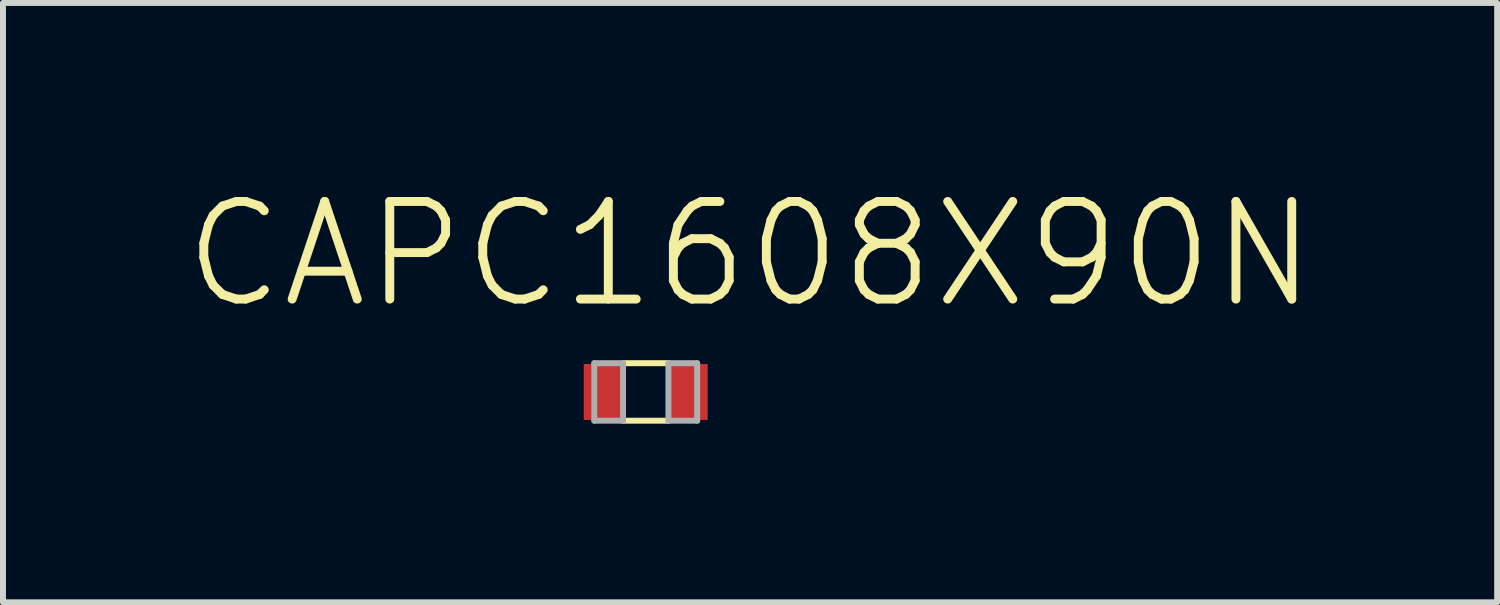
<source format=kicad_pcb>
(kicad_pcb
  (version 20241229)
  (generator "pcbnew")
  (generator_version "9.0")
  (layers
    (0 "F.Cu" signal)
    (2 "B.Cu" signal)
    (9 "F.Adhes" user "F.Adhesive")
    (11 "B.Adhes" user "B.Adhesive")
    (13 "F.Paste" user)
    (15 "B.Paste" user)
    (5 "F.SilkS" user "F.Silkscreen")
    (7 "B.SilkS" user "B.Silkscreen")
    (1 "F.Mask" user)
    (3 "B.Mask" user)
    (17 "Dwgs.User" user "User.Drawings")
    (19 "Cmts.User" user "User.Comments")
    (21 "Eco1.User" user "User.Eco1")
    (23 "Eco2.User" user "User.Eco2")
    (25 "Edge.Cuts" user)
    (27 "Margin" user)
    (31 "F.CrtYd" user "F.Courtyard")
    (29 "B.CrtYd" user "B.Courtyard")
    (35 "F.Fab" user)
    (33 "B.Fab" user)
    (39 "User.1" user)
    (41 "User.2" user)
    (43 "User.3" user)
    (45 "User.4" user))
  (footprint "CAPC1608X90N"
    (layer "F.Cu")
    (at 7.797 3.534)
    (property "Reference" "CAPC1608X90N" (at 1.753 -2.311 0) (layer "F.SilkS") (effects (font (size 1.64 1.64) (thickness 0.15))))
    (attr smd)
    (fp_line (start -0.381 0.483) (end 0.381 0.483) (stroke (width 0.1) (type solid)) (layer "F.SilkS"))
    (fp_line (start 0.381 -0.483) (end -0.381 -0.483) (stroke (width 0.1) (type solid)) (layer "F.SilkS"))
    (fp_line (start -0.864 -0.483) (end -0.864 0.483) (stroke (width 0.1) (type solid)) (layer "F.Fab"))
    (fp_line (start -0.864 0.483) (end -0.381 0.483) (stroke (width 0.1) (type solid)) (layer "F.Fab"))
    (fp_line (start -0.381 -0.483) (end -0.864 -0.483) (stroke (width 0.1) (type solid)) (layer "F.Fab"))
    (fp_line (start -0.381 0.483) (end -0.381 -0.483) (stroke (width 0.1) (type solid)) (layer "F.Fab"))
    (fp_line (start 0.381 -0.483) (end 0.381 0.483) (stroke (width 0.1) (type solid)) (layer "F.Fab"))
    (fp_line (start 0.381 0.483) (end 0.864 0.483) (stroke (width 0.1) (type solid)) (layer "F.Fab"))
    (fp_line (start 0.864 -0.483) (end 0.381 -0.483) (stroke (width 0.1) (type solid)) (layer "F.Fab"))
    (fp_line (start 0.864 0.483) (end 0.864 -0.483) (stroke (width 0.1) (type solid)) (layer "F.Fab"))
    (pad "1" smd rect (at -0.711 0) (size 0.66 0.94) (layers "F.Cu" "F.Mask" "F.Paste"))
    (pad "2" smd rect (at 0.711 0) (size 0.66 0.94) (layers "F.Cu" "F.Mask" "F.Paste")))
  (gr_rect
    (start -3 -3)
    (end 22.099 7.067)
    (stroke (width 0.1) (type default))
    (fill no)
    (layer "Edge.Cuts")))
</source>
